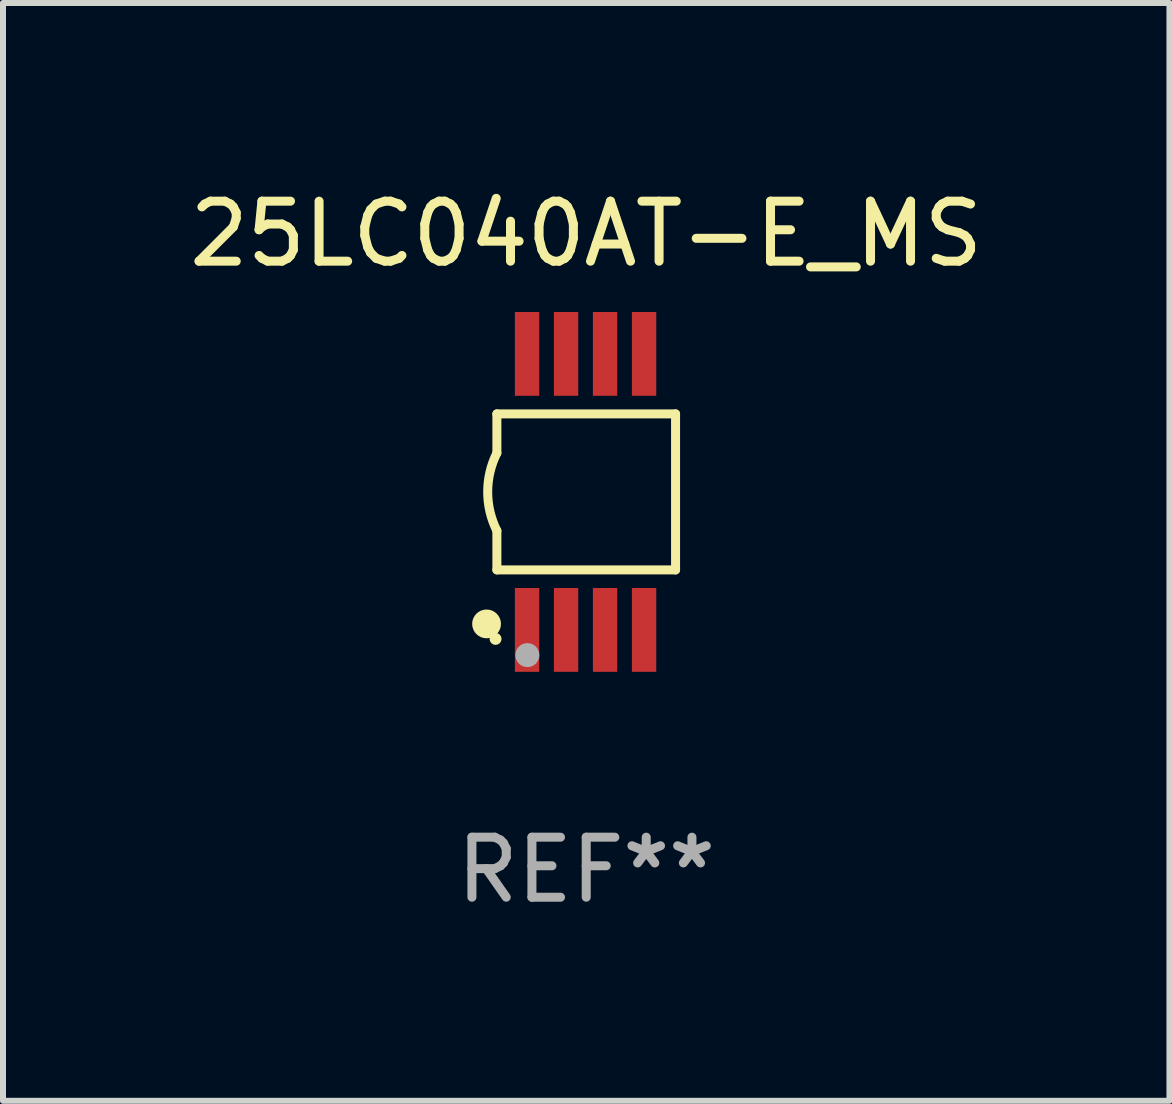
<source format=kicad_pcb>
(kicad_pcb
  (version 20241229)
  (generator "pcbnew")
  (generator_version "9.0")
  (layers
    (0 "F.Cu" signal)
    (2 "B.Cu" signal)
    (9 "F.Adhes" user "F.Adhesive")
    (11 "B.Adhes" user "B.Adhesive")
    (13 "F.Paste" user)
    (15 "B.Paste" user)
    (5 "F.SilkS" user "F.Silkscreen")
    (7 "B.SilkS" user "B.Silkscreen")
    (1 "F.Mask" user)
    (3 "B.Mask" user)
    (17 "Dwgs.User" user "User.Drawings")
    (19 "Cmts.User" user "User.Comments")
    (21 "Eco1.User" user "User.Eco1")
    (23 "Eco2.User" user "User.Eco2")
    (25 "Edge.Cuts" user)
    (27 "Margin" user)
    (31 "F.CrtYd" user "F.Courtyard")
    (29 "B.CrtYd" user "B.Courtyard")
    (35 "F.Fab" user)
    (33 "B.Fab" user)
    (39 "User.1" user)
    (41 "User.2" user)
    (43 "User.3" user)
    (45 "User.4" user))
  (footprint "25LC040AT-E_MS"
    (layer "F.Cu")
    (at 6.72 5.148)
    (property "Reference" "25LC040AT-E_MS" (at 0 -4.3 0) (layer "F.SilkS") (effects (font (size 1 1) (thickness 0.15))))
    (attr through_hole)
    (fp_line (start -1.489 -1.3) (end -1.489 -0.648) (stroke (width 0.15) (type solid)) (layer "F.SilkS"))
    (fp_line (start -1.489 0.648) (end -1.489 1.3) (stroke (width 0.15) (type solid)) (layer "F.SilkS"))
    (fp_line (start -1.489 1.3) (end 1.489 1.3) (stroke (width 0.15) (type solid)) (layer "F.SilkS"))
    (fp_line (start 1.489 -1.3) (end -1.489 -1.3) (stroke (width 0.15) (type solid)) (layer "F.SilkS"))
    (fp_line (start 1.489 1.3) (end 1.489 -1.3) (stroke (width 0.15) (type solid)) (layer "F.SilkS"))
    (fp_arc (start -1.489205 0.647702) (mid -1.642107 0) (end -1.489205 -0.647701) (stroke (width 0.150013) (type solid)) (layer "F.SilkS"))
    (fp_circle (center -1.661 2.2) (end -1.541 2.2) (stroke (width 0.24) (type solid)) (fill no) (layer "F.SilkS"))
    (fp_circle (center -1.511 2.45) (end -1.461 2.45) (stroke (width 0.1) (type solid)) (fill no) (layer "F.SilkS"))
    (fp_circle (center -0.981 2.72) (end -0.881 2.72) (stroke (width 0.2) (type solid)) (fill no) (layer "F.Fab"))
    (fp_text user "REF**" (at 0 6.3 0) (layer "F.Fab") (effects (font (size 1 1) (thickness 0.15))))
    (pad "1" smd rect (at -0.986 2.3) (size 0.406 1.397) (layers "F.Cu" "F.Mask" "F.Paste"))
    (pad "2" smd rect (at -0.336 2.3) (size 0.406 1.397) (layers "F.Cu" "F.Mask" "F.Paste"))
    (pad "3" smd rect (at 0.314 2.3) (size 0.406 1.397) (layers "F.Cu" "F.Mask" "F.Paste"))
    (pad "4" smd rect (at 0.964 2.3) (size 0.406 1.397) (layers "F.Cu" "F.Mask" "F.Paste"))
    (pad "5" smd rect (at 0.964 -2.3) (size 0.406 1.397) (layers "F.Cu" "F.Mask" "F.Paste"))
    (pad "6" smd rect (at 0.314 -2.3) (size 0.406 1.397) (layers "F.Cu" "F.Mask" "F.Paste"))
    (pad "7" smd rect (at -0.336 -2.3) (size 0.406 1.397) (layers "F.Cu" "F.Mask" "F.Paste"))
    (pad "8" smd rect (at -0.986 -2.3) (size 0.406 1.397) (layers "F.Cu" "F.Mask" "F.Paste")))
  (gr_rect
    (start -3 -3)
    (end 16.44 15.296)
    (stroke (width 0.1) (type default))
    (fill no)
    (layer "Edge.Cuts")))
</source>
